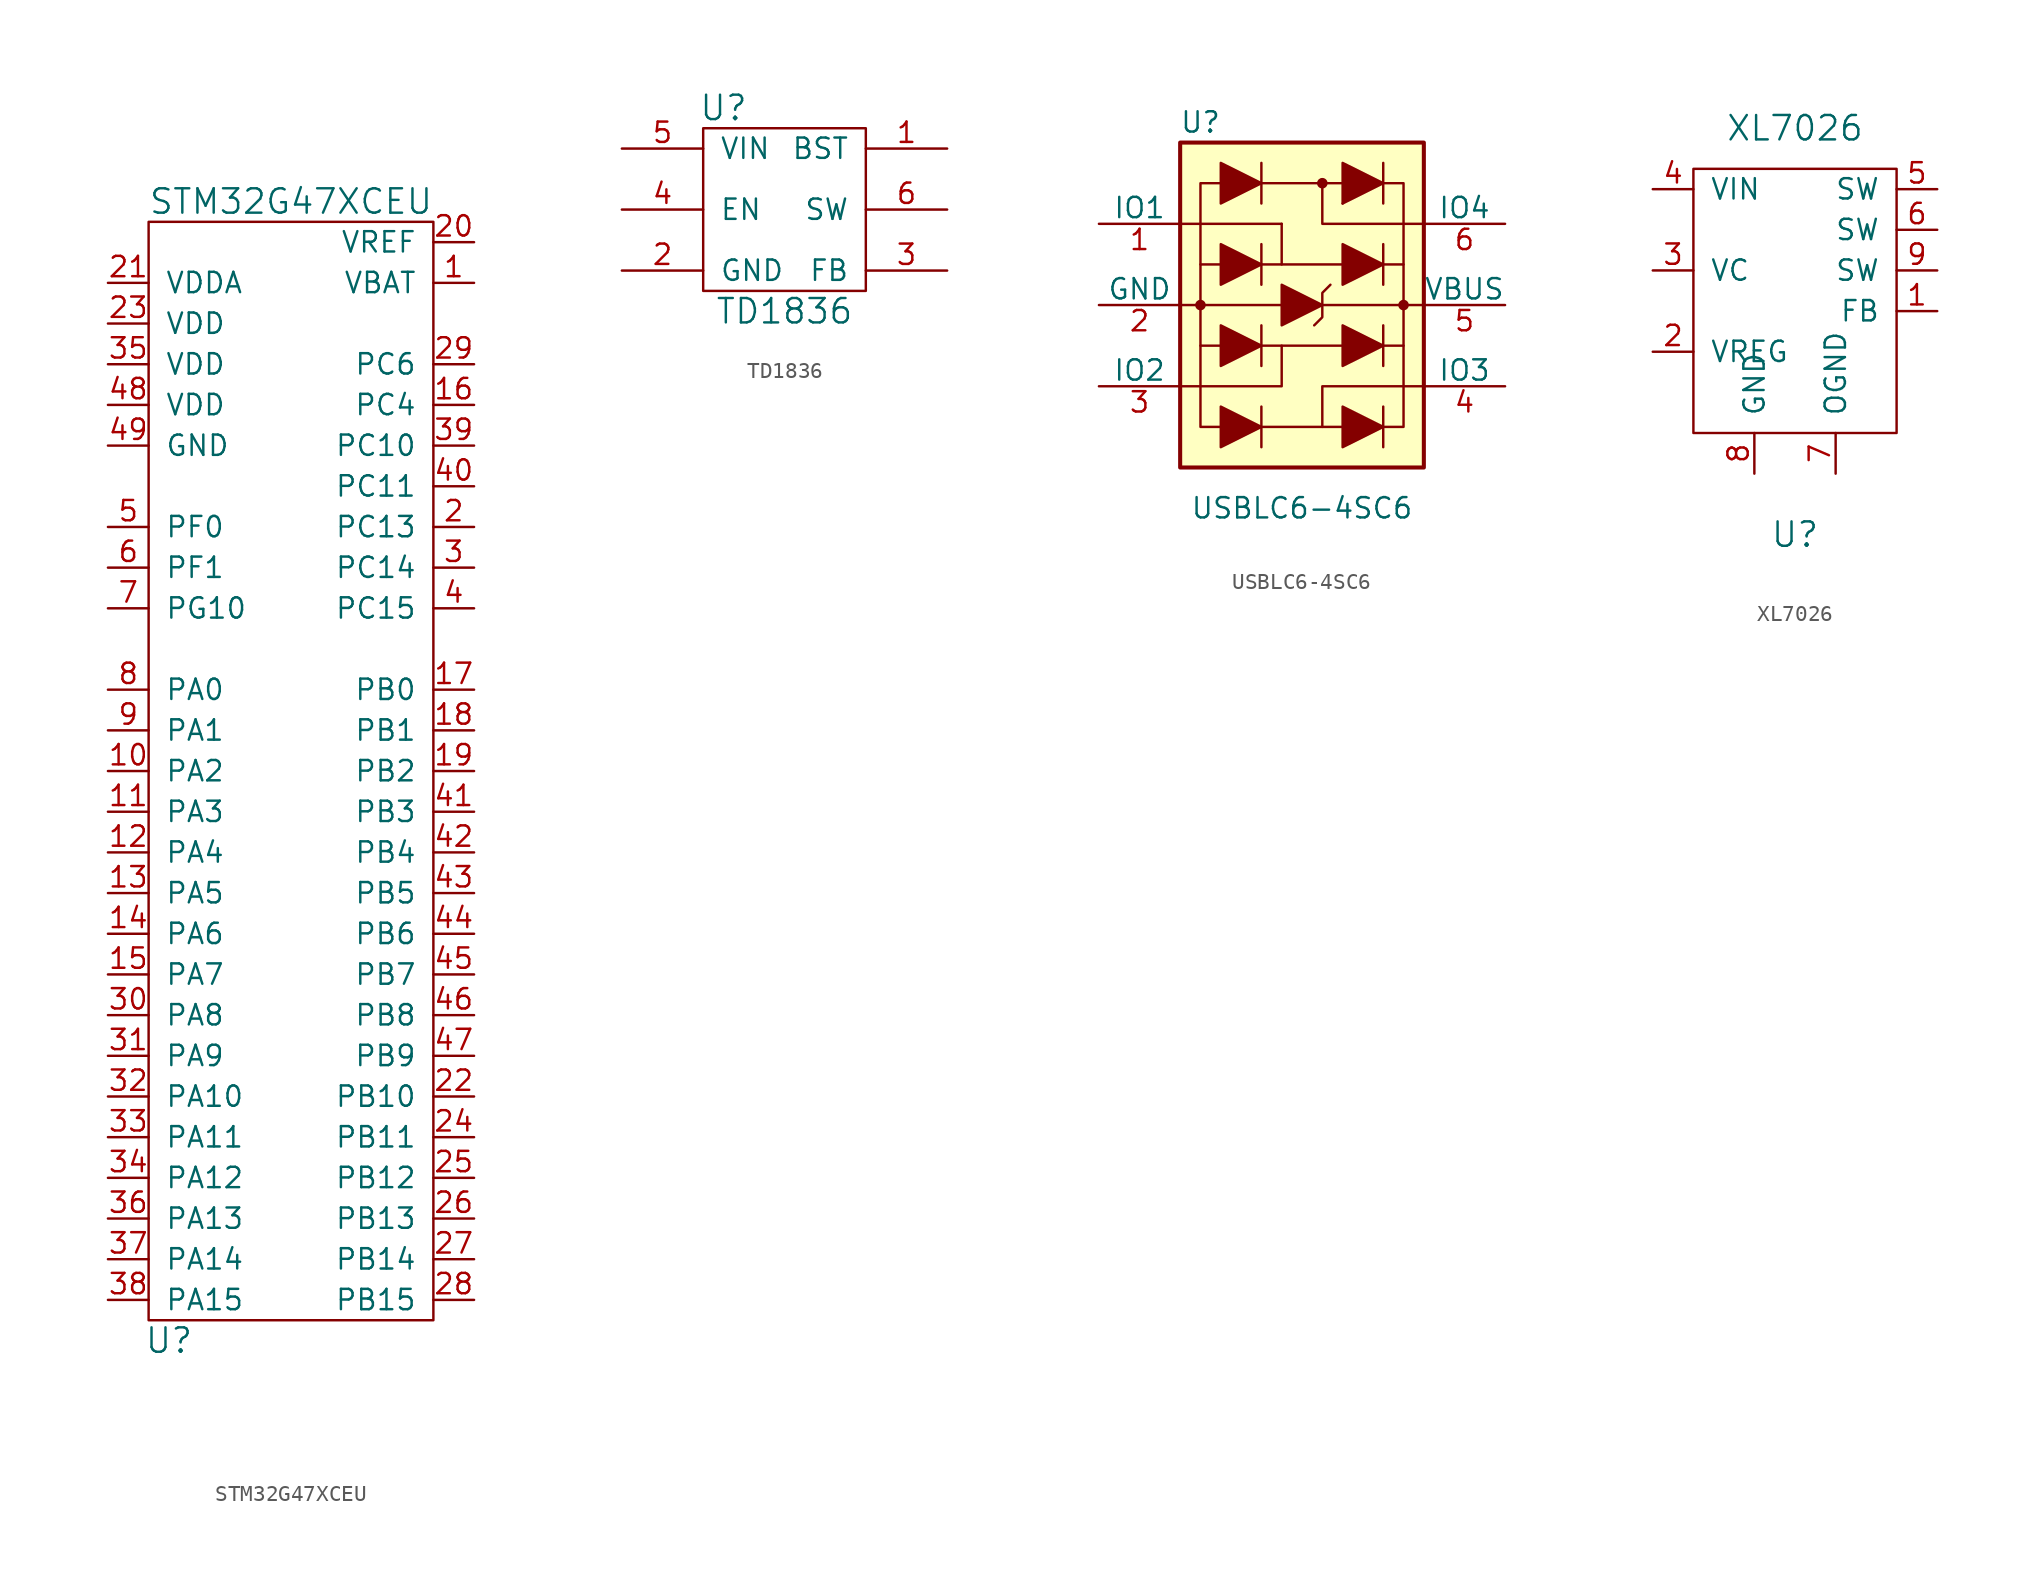
<source format=kicad_sym>
(kicad_symbol_lib
  (version 20211014)
  (generator kicad_symbol_editor)
  (symbol "STM32G47XCEU"
    (pin_names
      (offset 1.016))
    (property "Reference" "U"
      (at -7.62 -33.02 0)
      (effects (font (size 1.524 1.524))))
    (property "Value" "STM32G47XCEU"
      (at 0 38.1 0)
      (effects (font (size 1.524 1.524))))
    (symbol "STM32G47XCEU_0_0"
      (rectangle (start 8.89 36.83) (end -8.89 -31.75) (stroke (width 0) (type default) (color 0 0 0 0)) (fill (type none))))
    (symbol "STM32G47XCEU_1_1"
      (pin power_in line (at 11.43 33.02 180) (length 2.54) (name "VBAT" (effects (font (size 1.27 1.27)))) (number "1" (effects (font (size 1.27 1.27)))))
      (pin tri_state line (at -11.43 2.54 0) (length 2.54) (name "PA2" (effects (font (size 1.27 1.27)))) (number "10" (effects (font (size 1.27 1.27)))))
      (pin tri_state line (at -11.43 0 0) (length 2.54) (name "PA3" (effects (font (size 1.27 1.27)))) (number "11" (effects (font (size 1.27 1.27)))))
      (pin tri_state line (at -11.43 -2.54 0) (length 2.54) (name "PA4" (effects (font (size 1.27 1.27)))) (number "12" (effects (font (size 1.27 1.27)))))
      (pin tri_state line (at -11.43 -5.08 0) (length 2.54) (name "PA5" (effects (font (size 1.27 1.27)))) (number "13" (effects (font (size 1.27 1.27)))))
      (pin tri_state line (at -11.43 -7.62 0) (length 2.54) (name "PA6" (effects (font (size 1.27 1.27)))) (number "14" (effects (font (size 1.27 1.27)))))
      (pin tri_state line (at -11.43 -10.16 0) (length 2.54) (name "PA7" (effects (font (size 1.27 1.27)))) (number "15" (effects (font (size 1.27 1.27)))))
      (pin tri_state line (at 11.43 25.4 180) (length 2.54) (name "PC4" (effects (font (size 1.27 1.27)))) (number "16" (effects (font (size 1.27 1.27)))))
      (pin tri_state line (at 11.43 7.62 180) (length 2.54) (name "PB0" (effects (font (size 1.27 1.27)))) (number "17" (effects (font (size 1.27 1.27)))))
      (pin tri_state line (at 11.43 5.08 180) (length 2.54) (name "PB1" (effects (font (size 1.27 1.27)))) (number "18" (effects (font (size 1.27 1.27)))))
      (pin tri_state line (at 11.43 2.54 180) (length 2.54) (name "PB2" (effects (font (size 1.27 1.27)))) (number "19" (effects (font (size 1.27 1.27)))))
      (pin tri_state line (at 11.43 17.78 180) (length 2.54) (name "PC13" (effects (font (size 1.27 1.27)))) (number "2" (effects (font (size 1.27 1.27)))))
      (pin power_out line (at 11.43 35.56 180) (length 2.54) (name "VREF" (effects (font (size 1.27 1.27)))) (number "20" (effects (font (size 1.27 1.27)))))
      (pin power_in line (at -11.43 33.02 0) (length 2.54) (name "VDDA" (effects (font (size 1.27 1.27)))) (number "21" (effects (font (size 1.27 1.27)))))
      (pin tri_state line (at 11.43 -17.78 180) (length 2.54) (name "PB10" (effects (font (size 1.27 1.27)))) (number "22" (effects (font (size 1.27 1.27)))))
      (pin power_in line (at -11.43 30.48 0) (length 2.54) (name "VDD" (effects (font (size 1.27 1.27)))) (number "23" (effects (font (size 1.27 1.27)))))
      (pin tri_state line (at 11.43 -20.32 180) (length 2.54) (name "PB11" (effects (font (size 1.27 1.27)))) (number "24" (effects (font (size 1.27 1.27)))))
      (pin tri_state line (at 11.43 -22.86 180) (length 2.54) (name "PB12" (effects (font (size 1.27 1.27)))) (number "25" (effects (font (size 1.27 1.27)))))
      (pin tri_state line (at 11.43 -25.4 180) (length 2.54) (name "PB13" (effects (font (size 1.27 1.27)))) (number "26" (effects (font (size 1.27 1.27)))))
      (pin tri_state line (at 11.43 -27.94 180) (length 2.54) (name "PB14" (effects (font (size 1.27 1.27)))) (number "27" (effects (font (size 1.27 1.27)))))
      (pin tri_state line (at 11.43 -30.48 180) (length 2.54) (name "PB15" (effects (font (size 1.27 1.27)))) (number "28" (effects (font (size 1.27 1.27)))))
      (pin tri_state line (at 11.43 27.94 180) (length 2.54) (name "PC6" (effects (font (size 1.27 1.27)))) (number "29" (effects (font (size 1.27 1.27)))))
      (pin tri_state line (at 11.43 15.24 180) (length 2.54) (name "PC14" (effects (font (size 1.27 1.27)))) (number "3" (effects (font (size 1.27 1.27)))))
      (pin tri_state line (at -11.43 -12.7 0) (length 2.54) (name "PA8" (effects (font (size 1.27 1.27)))) (number "30" (effects (font (size 1.27 1.27)))))
      (pin tri_state line (at -11.43 -15.24 0) (length 2.54) (name "PA9" (effects (font (size 1.27 1.27)))) (number "31" (effects (font (size 1.27 1.27)))))
      (pin tri_state line (at -11.43 -17.78 0) (length 2.54) (name "PA10" (effects (font (size 1.27 1.27)))) (number "32" (effects (font (size 1.27 1.27)))))
      (pin tri_state line (at -11.43 -20.32 0) (length 2.54) (name "PA11" (effects (font (size 1.27 1.27)))) (number "33" (effects (font (size 1.27 1.27)))))
      (pin tri_state line (at -11.43 -22.86 0) (length 2.54) (name "PA12" (effects (font (size 1.27 1.27)))) (number "34" (effects (font (size 1.27 1.27)))))
      (pin power_in line (at -11.43 27.94 0) (length 2.54) (name "VDD" (effects (font (size 1.27 1.27)))) (number "35" (effects (font (size 1.27 1.27)))))
      (pin tri_state line (at -11.43 -25.4 0) (length 2.54) (name "PA13" (effects (font (size 1.27 1.27)))) (number "36" (effects (font (size 1.27 1.27)))))
      (pin tri_state line (at -11.43 -27.94 0) (length 2.54) (name "PA14" (effects (font (size 1.27 1.27)))) (number "37" (effects (font (size 1.27 1.27)))))
      (pin tri_state line (at -11.43 -30.48 0) (length 2.54) (name "PA15" (effects (font (size 1.27 1.27)))) (number "38" (effects (font (size 1.27 1.27)))))
      (pin tri_state line (at 11.43 22.86 180) (length 2.54) (name "PC10" (effects (font (size 1.27 1.27)))) (number "39" (effects (font (size 1.27 1.27)))))
      (pin tri_state line (at 11.43 12.7 180) (length 2.54) (name "PC15" (effects (font (size 1.27 1.27)))) (number "4" (effects (font (size 1.27 1.27)))))
      (pin tri_state line (at 11.43 20.32 180) (length 2.54) (name "PC11" (effects (font (size 1.27 1.27)))) (number "40" (effects (font (size 1.27 1.27)))))
      (pin tri_state line (at 11.43 0 180) (length 2.54) (name "PB3" (effects (font (size 1.27 1.27)))) (number "41" (effects (font (size 1.27 1.27)))))
      (pin tri_state line (at 11.43 -2.54 180) (length 2.54) (name "PB4" (effects (font (size 1.27 1.27)))) (number "42" (effects (font (size 1.27 1.27)))))
      (pin tri_state line (at 11.43 -5.08 180) (length 2.54) (name "PB5" (effects (font (size 1.27 1.27)))) (number "43" (effects (font (size 1.27 1.27)))))
      (pin tri_state line (at 11.43 -7.62 180) (length 2.54) (name "PB6" (effects (font (size 1.27 1.27)))) (number "44" (effects (font (size 1.27 1.27)))))
      (pin tri_state line (at 11.43 -10.16 180) (length 2.54) (name "PB7" (effects (font (size 1.27 1.27)))) (number "45" (effects (font (size 1.27 1.27)))))
      (pin tri_state line (at 11.43 -12.7 180) (length 2.54) (name "PB8" (effects (font (size 1.27 1.27)))) (number "46" (effects (font (size 1.27 1.27)))))
      (pin tri_state line (at 11.43 -15.24 180) (length 2.54) (name "PB9" (effects (font (size 1.27 1.27)))) (number "47" (effects (font (size 1.27 1.27)))))
      (pin power_in line (at -11.43 25.4 0) (length 2.54) (name "VDD" (effects (font (size 1.27 1.27)))) (number "48" (effects (font (size 1.27 1.27)))))
      (pin power_in line (at -11.43 22.86 0) (length 2.54) (name "GND" (effects (font (size 1.27 1.27)))) (number "49" (effects (font (size 1.27 1.27)))))
      (pin tri_state line (at -11.43 17.78 0) (length 2.54) (name "PF0" (effects (font (size 1.27 1.27)))) (number "5" (effects (font (size 1.27 1.27)))))
      (pin tri_state line (at -11.43 15.24 0) (length 2.54) (name "PF1" (effects (font (size 1.27 1.27)))) (number "6" (effects (font (size 1.27 1.27)))))
      (pin tri_state line (at -11.43 12.7 0) (length 2.54) (name "PG10" (effects (font (size 1.27 1.27)))) (number "7" (effects (font (size 1.27 1.27)))))
      (pin tri_state line (at -11.43 7.62 0) (length 2.54) (name "PA0" (effects (font (size 1.27 1.27)))) (number "8" (effects (font (size 1.27 1.27)))))
      (pin tri_state line (at -11.43 5.08 0) (length 2.54) (name "PA1" (effects (font (size 1.27 1.27)))) (number "9" (effects (font (size 1.27 1.27)))))))
  (symbol "TD1836"
    (pin_names
      (offset 1.016))
    (property "Reference" "U"
      (at -3.81 6.35 0)
      (effects (font (size 1.524 1.524))))
    (property "Value" "TD1836"
      (at 0 -6.35 0)
      (effects (font (size 1.524 1.524))))
    (property "Footprint" ""
      (at 0 0 0)
      (effects (font (size 1.524 1.524))))
    (property "Datasheet" ""
      (at 0 0 0)
      (effects (font (size 1.524 1.524))))
    (symbol "TD1836_0_1"
      (rectangle (start -5.08 5.08) (end 5.08 -5.08) (stroke (width 0) (type default) (color 0 0 0 0)) (fill (type none))))
    (symbol "TD1836_1_1"
      (pin power_in line (at 10.16 3.81 180) (length 5.08) (name "BST" (effects (font (size 1.27 1.27)))) (number "1" (effects (font (size 1.27 1.27)))))
      (pin power_in line (at -10.16 -3.81 0) (length 5.08) (name "GND" (effects (font (size 1.27 1.27)))) (number "2" (effects (font (size 1.27 1.27)))))
      (pin input line (at 10.16 -3.81 180) (length 5.08) (name "FB" (effects (font (size 1.27 1.27)))) (number "3" (effects (font (size 1.27 1.27)))))
      (pin input line (at -10.16 0 0) (length 5.08) (name "EN" (effects (font (size 1.27 1.27)))) (number "4" (effects (font (size 1.27 1.27)))))
      (pin power_in line (at -10.16 3.81 0) (length 5.08) (name "VIN" (effects (font (size 1.27 1.27)))) (number "5" (effects (font (size 1.27 1.27)))))
      (pin power_out line (at 10.16 0 180) (length 5.08) (name "SW" (effects (font (size 1.27 1.27)))) (number "6" (effects (font (size 1.27 1.27)))))))
  (symbol "USBLC6-4SC6"
    (pin_names
      (offset 0))
    (property "Reference" "U"
      (at -6.35 11.43 0)
      (effects (font (size 1.27 1.27))))
    (property "Value" "USBLC6-4SC6"
      (at 0 -12.7 0)
      (effects (font (size 1.27 1.27))))
    (symbol "USBLC6-4SC6_0_1"
      (rectangle (start -7.62 10.16) (end 7.62 -10.16) (stroke (width 0.254) (type default) (color 0 0 0 0)) (fill (type background)))
      (circle (center -6.35 0) (radius 0.254) (stroke (width 0) (type default) (color 0 0 0 0)) (fill (type outline)))
      (polyline (pts (xy -7.62 0) (xy -6.35 0)) (stroke (width 0) (type default) (color 0 0 0 0)) (fill (type none)))
      (polyline (pts (xy -7.62 5.08) (xy -1.27 5.08)) (stroke (width 0) (type default) (color 0 0 0 0)) (fill (type none)))
      (polyline (pts (xy -6.35 0) (xy -1.27 0)) (stroke (width 0) (type default) (color 0 0 0 0)) (fill (type none)))
      (polyline (pts (xy -2.54 -7.62) (xy 2.54 -7.62)) (stroke (width 0) (type default) (color 0 0 0 0)) (fill (type none)))
      (polyline (pts (xy -2.54 -6.35) (xy -2.54 -8.89)) (stroke (width 0) (type default) (color 0 0 0 0)) (fill (type none)))
      (polyline (pts (xy -2.54 -2.54) (xy 2.54 -2.54)) (stroke (width 0) (type default) (color 0 0 0 0)) (fill (type none)))
      (polyline (pts (xy -2.54 -1.27) (xy -2.54 -3.81)) (stroke (width 0) (type default) (color 0 0 0 0)) (fill (type none)))
      (polyline (pts (xy -2.54 1.27) (xy -2.54 3.81)) (stroke (width 0) (type default) (color 0 0 0 0)) (fill (type none)))
      (polyline (pts (xy -2.54 2.54) (xy 2.54 2.54)) (stroke (width 0) (type default) (color 0 0 0 0)) (fill (type none)))
      (polyline (pts (xy -2.54 7.62) (xy 2.54 7.62)) (stroke (width 0) (type default) (color 0 0 0 0)) (fill (type none)))
      (polyline (pts (xy -2.54 8.89) (xy -2.54 6.35)) (stroke (width 0) (type default) (color 0 0 0 0)) (fill (type none)))
      (polyline (pts (xy -1.27 5.08) (xy -1.27 2.54)) (stroke (width 0) (type default) (color 0 0 0 0)) (fill (type none)))
      (polyline (pts (xy 1.27 0) (xy 6.35 0)) (stroke (width 0) (type default) (color 0 0 0 0)) (fill (type none)))
      (polyline (pts (xy 2.54 6.35) (xy 5.08 7.62)) (stroke (width 0) (type default) (color 0 0 0 0)) (fill (type none)))
      (polyline (pts (xy 5.08 -6.35) (xy 5.08 -8.89)) (stroke (width 0) (type default) (color 0 0 0 0)) (fill (type none)))
      (polyline (pts (xy 5.08 -1.27) (xy 5.08 -3.81)) (stroke (width 0) (type default) (color 0 0 0 0)) (fill (type none)))
      (polyline (pts (xy 5.08 1.27) (xy 5.08 3.81)) (stroke (width 0) (type default) (color 0 0 0 0)) (fill (type none)))
      (polyline (pts (xy 5.08 8.89) (xy 5.08 6.35)) (stroke (width 0) (type default) (color 0 0 0 0)) (fill (type none)))
      (polyline (pts (xy 6.35 0) (xy 7.62 0)) (stroke (width 0) (type default) (color 0 0 0 0)) (fill (type none)))
      (polyline (pts (xy -7.62 -5.08) (xy -1.27 -5.08) (xy -1.27 -2.54)) (stroke (width 0) (type default) (color 0 0 0 0)) (fill (type none)))
      (polyline (pts (xy -6.35 -2.54) (xy -6.35 -7.62) (xy -5.08 -7.62)) (stroke (width 0) (type default) (color 0 0 0 0)) (fill (type none)))
      (polyline (pts (xy -6.35 0) (xy -6.35 2.54) (xy -5.08 2.54)) (stroke (width 0) (type default) (color 0 0 0 0)) (fill (type none)))
      (polyline (pts (xy -6.35 2.54) (xy -6.35 7.62) (xy -5.08 7.62)) (stroke (width 0) (type default) (color 0 0 0 0)) (fill (type none)))
      (polyline (pts (xy -5.08 -2.54) (xy -6.35 -2.54) (xy -6.35 0)) (stroke (width 0) (type default) (color 0 0 0 0)) (fill (type none)))
      (polyline (pts (xy 2.54 6.35) (xy 2.54 8.89) (xy 5.08 7.62)) (stroke (width 0) (type default) (color 0 0 0 0)) (fill (type outline)))
      (polyline (pts (xy 5.08 -7.62) (xy 6.35 -7.62) (xy 6.35 -2.54)) (stroke (width 0) (type default) (color 0 0 0 0)) (fill (type none)))
      (polyline (pts (xy 5.08 7.62) (xy 6.35 7.62) (xy 6.35 2.54)) (stroke (width 0) (type default) (color 0 0 0 0)) (fill (type none)))
      (polyline (pts (xy 7.62 -5.08) (xy 1.27 -5.08) (xy 1.27 -7.62)) (stroke (width 0) (type default) (color 0 0 0 0)) (fill (type none)))
      (polyline (pts (xy 7.62 5.08) (xy 1.27 5.08) (xy 1.27 7.62)) (stroke (width 0) (type default) (color 0 0 0 0)) (fill (type none)))
      (polyline (pts (xy -5.08 -6.35) (xy -5.08 -8.89) (xy -2.54 -7.62) (xy -5.08 -6.35)) (stroke (width 0) (type default) (color 0 0 0 0)) (fill (type outline)))
      (polyline (pts (xy -5.08 -3.81) (xy -5.08 -1.27) (xy -2.54 -2.54) (xy -5.08 -3.81)) (stroke (width 0) (type default) (color 0 0 0 0)) (fill (type outline)))
      (polyline (pts (xy -5.08 3.81) (xy -5.08 1.27) (xy -2.54 2.54) (xy -5.08 3.81)) (stroke (width 0) (type default) (color 0 0 0 0)) (fill (type outline)))
      (polyline (pts (xy -5.08 8.89) (xy -5.08 6.35) (xy -2.54 7.62) (xy -5.08 8.89)) (stroke (width 0) (type default) (color 0 0 0 0)) (fill (type outline)))
      (polyline (pts (xy -1.27 1.27) (xy -1.27 -1.27) (xy 1.27 0) (xy -1.27 1.27)) (stroke (width 0) (type default) (color 0 0 0 0)) (fill (type outline)))
      (polyline (pts (xy 0.762 -1.27) (xy 1.27 -0.762) (xy 1.27 0.762) (xy 1.778 1.27)) (stroke (width 0) (type default) (color 0 0 0 0)) (fill (type none)))
      (polyline (pts (xy 2.54 -6.35) (xy 2.54 -8.89) (xy 5.08 -7.62) (xy 2.54 -6.35)) (stroke (width 0) (type default) (color 0 0 0 0)) (fill (type outline)))
      (polyline (pts (xy 2.54 -3.81) (xy 2.54 -1.27) (xy 5.08 -2.54) (xy 2.54 -3.81)) (stroke (width 0) (type default) (color 0 0 0 0)) (fill (type outline)))
      (polyline (pts (xy 2.54 3.81) (xy 2.54 1.27) (xy 5.08 2.54) (xy 2.54 3.81)) (stroke (width 0) (type default) (color 0 0 0 0)) (fill (type outline)))
      (polyline (pts (xy 5.08 2.54) (xy 6.35 2.54) (xy 6.35 -2.54) (xy 5.08 -2.54)) (stroke (width 0) (type default) (color 0 0 0 0)) (fill (type none)))
      (circle (center 1.27 7.62) (radius 0.254) (stroke (width 0) (type default) (color 0 0 0 0)) (fill (type outline)))
      (circle (center 6.35 0) (radius 0.254) (stroke (width 0) (type default) (color 0 0 0 0)) (fill (type outline))))
    (symbol "USBLC6-4SC6_1_1"
      (pin passive line (at -12.7 5.08 0) (length 5.08) (name "IO1" (effects (font (size 1.27 1.27)))) (number "1" (effects (font (size 1.27 1.27)))))
      (pin power_in line (at -12.7 0 0) (length 5.08) (name "GND" (effects (font (size 1.27 1.27)))) (number "2" (effects (font (size 1.27 1.27)))))
      (pin passive line (at -12.7 -5.08 0) (length 5.08) (name "IO2" (effects (font (size 1.27 1.27)))) (number "3" (effects (font (size 1.27 1.27)))))
      (pin passive line (at 12.7 -5.08 180) (length 5.08) (name "IO3" (effects (font (size 1.27 1.27)))) (number "4" (effects (font (size 1.27 1.27)))))
      (pin passive line (at 12.7 0 180) (length 5.08) (name "VBUS" (effects (font (size 1.27 1.27)))) (number "5" (effects (font (size 1.27 1.27)))))
      (pin passive line (at 12.7 5.08 180) (length 5.08) (name "IO4" (effects (font (size 1.27 1.27)))) (number "6" (effects (font (size 1.27 1.27)))))))
  (symbol "XL7026"
    (pin_names
      (offset 1.016))
    (property "Reference" "U"
      (at 0 -13.97 0)
      (effects (font (size 1.524 1.524))))
    (property "Value" "XL7026"
      (at 0 11.43 0)
      (effects (font (size 1.524 1.524))))
    (symbol "XL7026_0_1"
      (rectangle (start -6.35 8.89) (end 6.35 -7.62) (stroke (width 0) (type default) (color 0 0 0 0)) (fill (type none))))
    (symbol "XL7026_1_1"
      (pin input line (at 8.89 0 180) (length 2.54) (name "FB" (effects (font (size 1.27 1.27)))) (number "1" (effects (font (size 1.27 1.27)))))
      (pin power_in line (at -8.89 -2.54 0) (length 2.54) (name "VREG" (effects (font (size 1.27 1.27)))) (number "2" (effects (font (size 1.27 1.27)))))
      (pin power_in line (at -8.89 2.54 0) (length 2.54) (name "VC" (effects (font (size 1.27 1.27)))) (number "3" (effects (font (size 1.27 1.27)))))
      (pin power_in line (at -8.89 7.62 0) (length 2.54) (name "VIN" (effects (font (size 1.27 1.27)))) (number "4" (effects (font (size 1.27 1.27)))))
      (pin power_out line (at 8.89 7.62 180) (length 2.54) (name "SW" (effects (font (size 1.27 1.27)))) (number "5" (effects (font (size 1.27 1.27)))))
      (pin power_out line (at 8.89 5.08 180) (length 2.54) (name "SW" (effects (font (size 1.27 1.27)))) (number "6" (effects (font (size 1.27 1.27)))))
      (pin power_in line (at 2.54 -10.16 90) (length 2.54) (name "OGND" (effects (font (size 1.27 1.27)))) (number "7" (effects (font (size 1.27 1.27)))))
      (pin power_in line (at -2.54 -10.16 90) (length 2.54) (name "GND" (effects (font (size 1.27 1.27)))) (number "8" (effects (font (size 1.27 1.27)))))
      (pin power_out line (at 8.89 2.54 180) (length 2.54) (name "SW" (effects (font (size 1.27 1.27)))) (number "9" (effects (font (size 1.27 1.27))))))))
</source>
